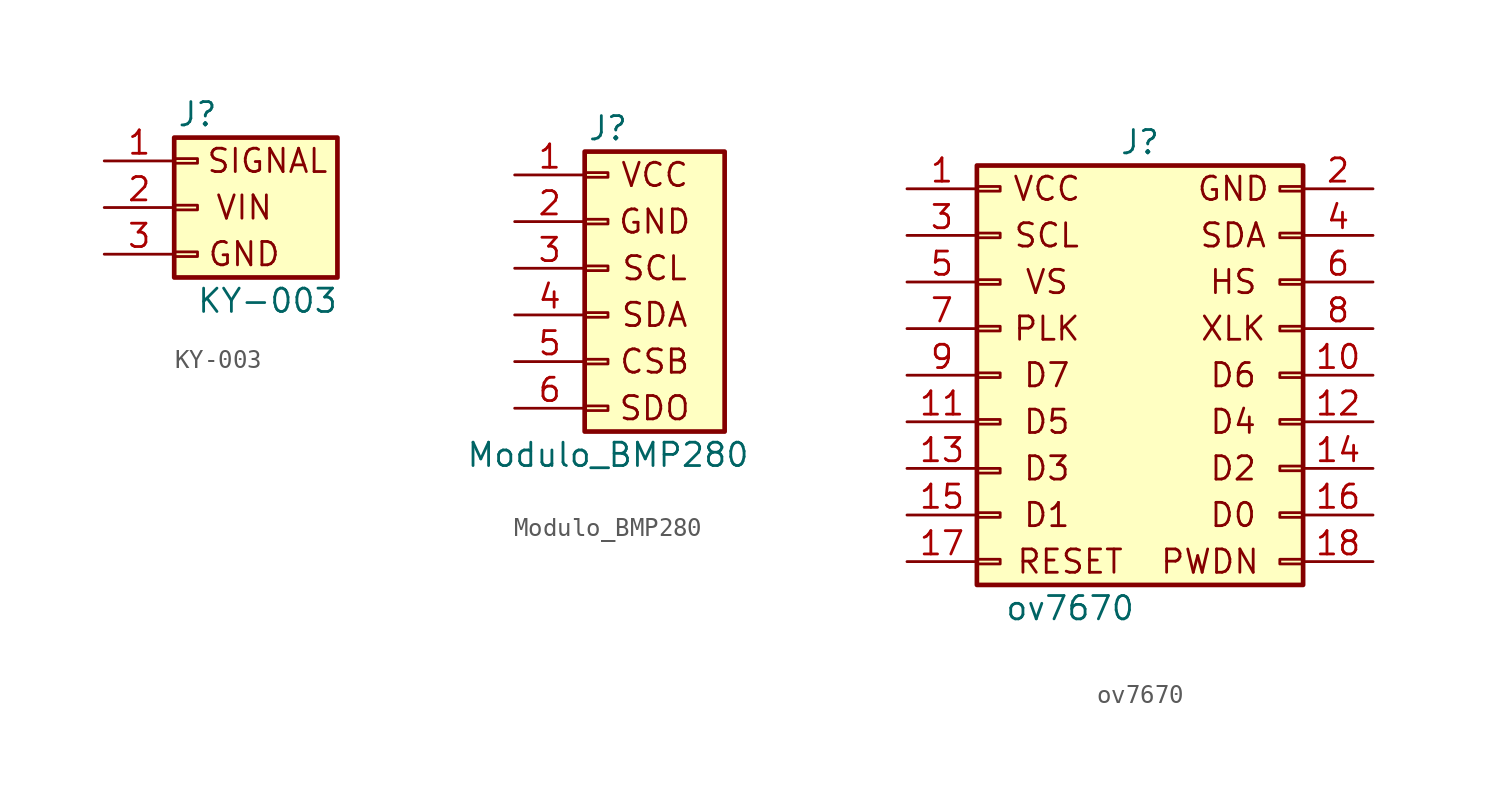
<source format=kicad_sym>
(kicad_symbol_lib
  (version 20211014)
  (generator kicad_symbol_editor)
  (symbol "KY-003"
    (pin_names
      (offset 1.016) hide)
    (property "Reference" "J"
      (at -3.81 5.08 0)
      (effects (font (size 1.27 1.27))))
    (property "Value" "KY-003"
      (at 0 -5.08 0)
      (effects (font (size 1.27 1.27))))
    (symbol "KY-003_0_0"
      (text "GND" (at -1.27 -2.54 0) (effects (font (size 1.27 1.27))))
      (text "SIGNAL" (at 0 2.54 0) (effects (font (size 1.27 1.27))))
      (text "VIN" (at -1.27 0 0) (effects (font (size 1.27 1.27)))))
    (symbol "KY-003_1_1"
      (rectangle (start -5.08 -2.413) (end -3.81 -2.667) (stroke (width 0.152) (type default) (color 0 0 0 0)) (fill (type none)))
      (rectangle (start -5.08 0.127) (end -3.81 -0.127) (stroke (width 0.152) (type default) (color 0 0 0 0)) (fill (type none)))
      (rectangle (start -5.08 2.667) (end -3.81 2.413) (stroke (width 0.152) (type default) (color 0 0 0 0)) (fill (type none)))
      (rectangle (start -5.08 3.81) (end 3.81 -3.81) (stroke (width 0.254) (type default) (color 0 0 0 0)) (fill (type background)))
      (pin passive line (at -8.89 2.54 0) (length 3.81) (name "Pin_1" (effects (font (size 1.27 1.27)))) (number "1" (effects (font (size 1.27 1.27)))))
      (pin passive line (at -8.89 0 0) (length 3.81) (name "Pin_2" (effects (font (size 1.27 1.27)))) (number "2" (effects (font (size 1.27 1.27)))))
      (pin passive line (at -8.89 -2.54 0) (length 3.81) (name "Pin_3" (effects (font (size 1.27 1.27)))) (number "3" (effects (font (size 1.27 1.27)))))))
  (symbol "Modulo_BMP280"
    (pin_names
      (offset 1.016) hide)
    (property "Reference" "J"
      (at 0 7.62 0)
      (effects (font (size 1.27 1.27))))
    (property "Value" "Modulo_BMP280"
      (at 0 -10.16 0)
      (effects (font (size 1.27 1.27))))
    (symbol "Modulo_BMP280_0_0"
      (text "CSB" (at 2.54 -5.08 0) (effects (font (size 1.27 1.27))))
      (text "GND" (at 2.54 2.54 0) (effects (font (size 1.27 1.27))))
      (text "SCL" (at 2.54 0 0) (effects (font (size 1.27 1.27))))
      (text "SDA" (at 2.54 -2.54 0) (effects (font (size 1.27 1.27))))
      (text "SDO" (at 2.54 -7.62 0) (effects (font (size 1.27 1.27))))
      (text "VCC" (at 2.54 5.08 0) (effects (font (size 1.27 1.27)))))
    (symbol "Modulo_BMP280_1_1"
      (rectangle (start -1.27 -7.493) (end 0 -7.747) (stroke (width 0.152) (type default) (color 0 0 0 0)) (fill (type none)))
      (rectangle (start -1.27 -4.953) (end 0 -5.207) (stroke (width 0.152) (type default) (color 0 0 0 0)) (fill (type none)))
      (rectangle (start -1.27 -2.413) (end 0 -2.667) (stroke (width 0.152) (type default) (color 0 0 0 0)) (fill (type none)))
      (rectangle (start -1.27 0.127) (end 0 -0.127) (stroke (width 0.152) (type default) (color 0 0 0 0)) (fill (type none)))
      (rectangle (start -1.27 2.667) (end 0 2.413) (stroke (width 0.152) (type default) (color 0 0 0 0)) (fill (type none)))
      (rectangle (start -1.27 5.207) (end 0 4.953) (stroke (width 0.152) (type default) (color 0 0 0 0)) (fill (type none)))
      (rectangle (start -1.27 6.35) (end 6.35 -8.89) (stroke (width 0.254) (type default) (color 0 0 0 0)) (fill (type background)))
      (pin power_in line (at -5.08 5.08 0) (length 3.81) (name "Pin_1" (effects (font (size 1.27 1.27)))) (number "1" (effects (font (size 1.27 1.27)))))
      (pin power_in line (at -5.08 2.54 0) (length 3.81) (name "Pin_2" (effects (font (size 1.27 1.27)))) (number "2" (effects (font (size 1.27 1.27)))))
      (pin passive line (at -5.08 0 0) (length 3.81) (name "Pin_3" (effects (font (size 1.27 1.27)))) (number "3" (effects (font (size 1.27 1.27)))))
      (pin passive line (at -5.08 -2.54 0) (length 3.81) (name "Pin_4" (effects (font (size 1.27 1.27)))) (number "4" (effects (font (size 1.27 1.27)))))
      (pin passive line (at -5.08 -5.08 0) (length 3.81) (name "Pin_5" (effects (font (size 1.27 1.27)))) (number "5" (effects (font (size 1.27 1.27)))))
      (pin passive line (at -5.08 -7.62 0) (length 3.81) (name "Pin_6" (effects (font (size 1.27 1.27)))) (number "6" (effects (font (size 1.27 1.27)))))))
  (symbol "ov7670"
    (pin_names
      (offset 1.016) hide)
    (property "Reference" "J"
      (at 0 11.43 0)
      (effects (font (size 1.27 1.27))))
    (property "Value" "ov7670"
      (at -3.81 -13.97 0)
      (effects (font (size 1.27 1.27))))
    (symbol "ov7670_0_0"
      (text "D0" (at 5.08 -8.89 0) (effects (font (size 1.27 1.27))))
      (text "D1" (at -5.08 -8.89 0) (effects (font (size 1.27 1.27))))
      (text "D2" (at 5.08 -6.35 0) (effects (font (size 1.27 1.27))))
      (text "D3" (at -5.08 -6.35 0) (effects (font (size 1.27 1.27))))
      (text "D4" (at 5.08 -3.81 0) (effects (font (size 1.27 1.27))))
      (text "D5" (at -5.08 -3.81 0) (effects (font (size 1.27 1.27))))
      (text "D6" (at 5.08 -1.27 0) (effects (font (size 1.27 1.27))))
      (text "D7" (at -5.08 -1.27 0) (effects (font (size 1.27 1.27))))
      (text "GND" (at 5.08 8.89 0) (effects (font (size 1.27 1.27))))
      (text "HS" (at 5.08 3.81 0) (effects (font (size 1.27 1.27))))
      (text "PLK" (at -5.08 1.27 0) (effects (font (size 1.27 1.27))))
      (text "PWDN" (at 3.81 -11.43 0) (effects (font (size 1.27 1.27))))
      (text "RESET" (at -3.81 -11.43 0) (effects (font (size 1.27 1.27))))
      (text "SCL" (at -5.08 6.35 0) (effects (font (size 1.27 1.27))))
      (text "SDA" (at 5.08 6.35 0) (effects (font (size 1.27 1.27))))
      (text "VCC" (at -5.08 8.89 0) (effects (font (size 1.27 1.27))))
      (text "VS" (at -5.08 3.81 0) (effects (font (size 1.27 1.27))))
      (text "XLK" (at 5.08 1.27 0) (effects (font (size 1.27 1.27)))))
    (symbol "ov7670_1_1"
      (rectangle (start -8.89 -11.303) (end -7.62 -11.557) (stroke (width 0.152) (type default) (color 0 0 0 0)) (fill (type none)))
      (rectangle (start -8.89 -8.763) (end -7.62 -9.017) (stroke (width 0.152) (type default) (color 0 0 0 0)) (fill (type none)))
      (rectangle (start -8.89 -6.35) (end -7.62 -6.604) (stroke (width 0.152) (type default) (color 0 0 0 0)) (fill (type none)))
      (rectangle (start -8.89 -3.683) (end -7.62 -3.937) (stroke (width 0.152) (type default) (color 0 0 0 0)) (fill (type none)))
      (rectangle (start -8.89 -1.143) (end -7.62 -1.397) (stroke (width 0.152) (type default) (color 0 0 0 0)) (fill (type none)))
      (rectangle (start -8.89 1.397) (end -7.62 1.143) (stroke (width 0.152) (type default) (color 0 0 0 0)) (fill (type none)))
      (rectangle (start -8.89 3.937) (end -7.62 3.683) (stroke (width 0.152) (type default) (color 0 0 0 0)) (fill (type none)))
      (rectangle (start -8.89 6.477) (end -7.62 6.223) (stroke (width 0.152) (type default) (color 0 0 0 0)) (fill (type none)))
      (rectangle (start -8.89 9.017) (end -7.62 8.763) (stroke (width 0.152) (type default) (color 0 0 0 0)) (fill (type none)))
      (rectangle (start -8.89 10.16) (end 8.89 -12.7) (stroke (width 0.254) (type default) (color 0 0 0 0)) (fill (type background)))
      (rectangle (start 8.89 -11.303) (end 7.62 -11.557) (stroke (width 0.152) (type default) (color 0 0 0 0)) (fill (type none)))
      (rectangle (start 8.89 -8.763) (end 7.62 -9.017) (stroke (width 0.152) (type default) (color 0 0 0 0)) (fill (type none)))
      (rectangle (start 8.89 -6.223) (end 7.62 -6.477) (stroke (width 0.152) (type default) (color 0 0 0 0)) (fill (type none)))
      (rectangle (start 8.89 -3.683) (end 7.62 -3.937) (stroke (width 0.152) (type default) (color 0 0 0 0)) (fill (type none)))
      (rectangle (start 8.89 -1.143) (end 7.62 -1.397) (stroke (width 0.152) (type default) (color 0 0 0 0)) (fill (type none)))
      (rectangle (start 8.89 1.397) (end 7.62 1.143) (stroke (width 0.152) (type default) (color 0 0 0 0)) (fill (type none)))
      (rectangle (start 8.89 3.937) (end 7.62 3.683) (stroke (width 0.152) (type default) (color 0 0 0 0)) (fill (type none)))
      (rectangle (start 8.89 6.477) (end 7.62 6.223) (stroke (width 0.152) (type default) (color 0 0 0 0)) (fill (type none)))
      (rectangle (start 8.89 9.017) (end 7.62 8.763) (stroke (width 0.152) (type default) (color 0 0 0 0)) (fill (type none)))
      (pin power_in line (at -12.7 8.89 0) (length 3.81) (name "Pin_1" (effects (font (size 1.27 1.27)))) (number "1" (effects (font (size 1.27 1.27)))))
      (pin output line (at 12.7 -1.27 180) (length 3.81) (name "Pin_10" (effects (font (size 1.27 1.27)))) (number "10" (effects (font (size 1.27 1.27)))))
      (pin output line (at -12.7 -3.81 0) (length 3.81) (name "Pin_11" (effects (font (size 1.27 1.27)))) (number "11" (effects (font (size 1.27 1.27)))))
      (pin output line (at 12.7 -3.81 180) (length 3.81) (name "Pin_12" (effects (font (size 1.27 1.27)))) (number "12" (effects (font (size 1.27 1.27)))))
      (pin output line (at -12.7 -6.35 0) (length 3.81) (name "Pin_13" (effects (font (size 1.27 1.27)))) (number "13" (effects (font (size 1.27 1.27)))))
      (pin output line (at 12.7 -6.35 180) (length 3.81) (name "Pin_14" (effects (font (size 1.27 1.27)))) (number "14" (effects (font (size 1.27 1.27)))))
      (pin output line (at -12.7 -8.89 0) (length 3.81) (name "Pin_15" (effects (font (size 1.27 1.27)))) (number "15" (effects (font (size 1.27 1.27)))))
      (pin output line (at 12.7 -8.89 180) (length 3.81) (name "Pin_16" (effects (font (size 1.27 1.27)))) (number "16" (effects (font (size 1.27 1.27)))))
      (pin input line (at -12.7 -11.43 0) (length 3.81) (name "Pin_17" (effects (font (size 1.27 1.27)))) (number "17" (effects (font (size 1.27 1.27)))))
      (pin passive line (at 12.7 -11.43 180) (length 3.81) (name "Pin_18" (effects (font (size 1.27 1.27)))) (number "18" (effects (font (size 1.27 1.27)))))
      (pin power_in line (at 12.7 8.89 180) (length 3.81) (name "Pin_2" (effects (font (size 1.27 1.27)))) (number "2" (effects (font (size 1.27 1.27)))))
      (pin passive line (at -12.7 6.35 0) (length 3.81) (name "Pin_3" (effects (font (size 1.27 1.27)))) (number "3" (effects (font (size 1.27 1.27)))))
      (pin passive line (at 12.7 6.35 180) (length 3.81) (name "Pin_4" (effects (font (size 1.27 1.27)))) (number "4" (effects (font (size 1.27 1.27)))))
      (pin passive line (at -12.7 3.81 0) (length 3.81) (name "Pin_5" (effects (font (size 1.27 1.27)))) (number "5" (effects (font (size 1.27 1.27)))))
      (pin passive line (at 12.7 3.81 180) (length 3.81) (name "Pin_6" (effects (font (size 1.27 1.27)))) (number "6" (effects (font (size 1.27 1.27)))))
      (pin passive line (at -12.7 1.27 0) (length 3.81) (name "Pin_7" (effects (font (size 1.27 1.27)))) (number "7" (effects (font (size 1.27 1.27)))))
      (pin passive line (at 12.7 1.27 180) (length 3.81) (name "Pin_8" (effects (font (size 1.27 1.27)))) (number "8" (effects (font (size 1.27 1.27)))))
      (pin output line (at -12.7 -1.27 0) (length 3.81) (name "Pin_9" (effects (font (size 1.27 1.27)))) (number "9" (effects (font (size 1.27 1.27))))))))
</source>
